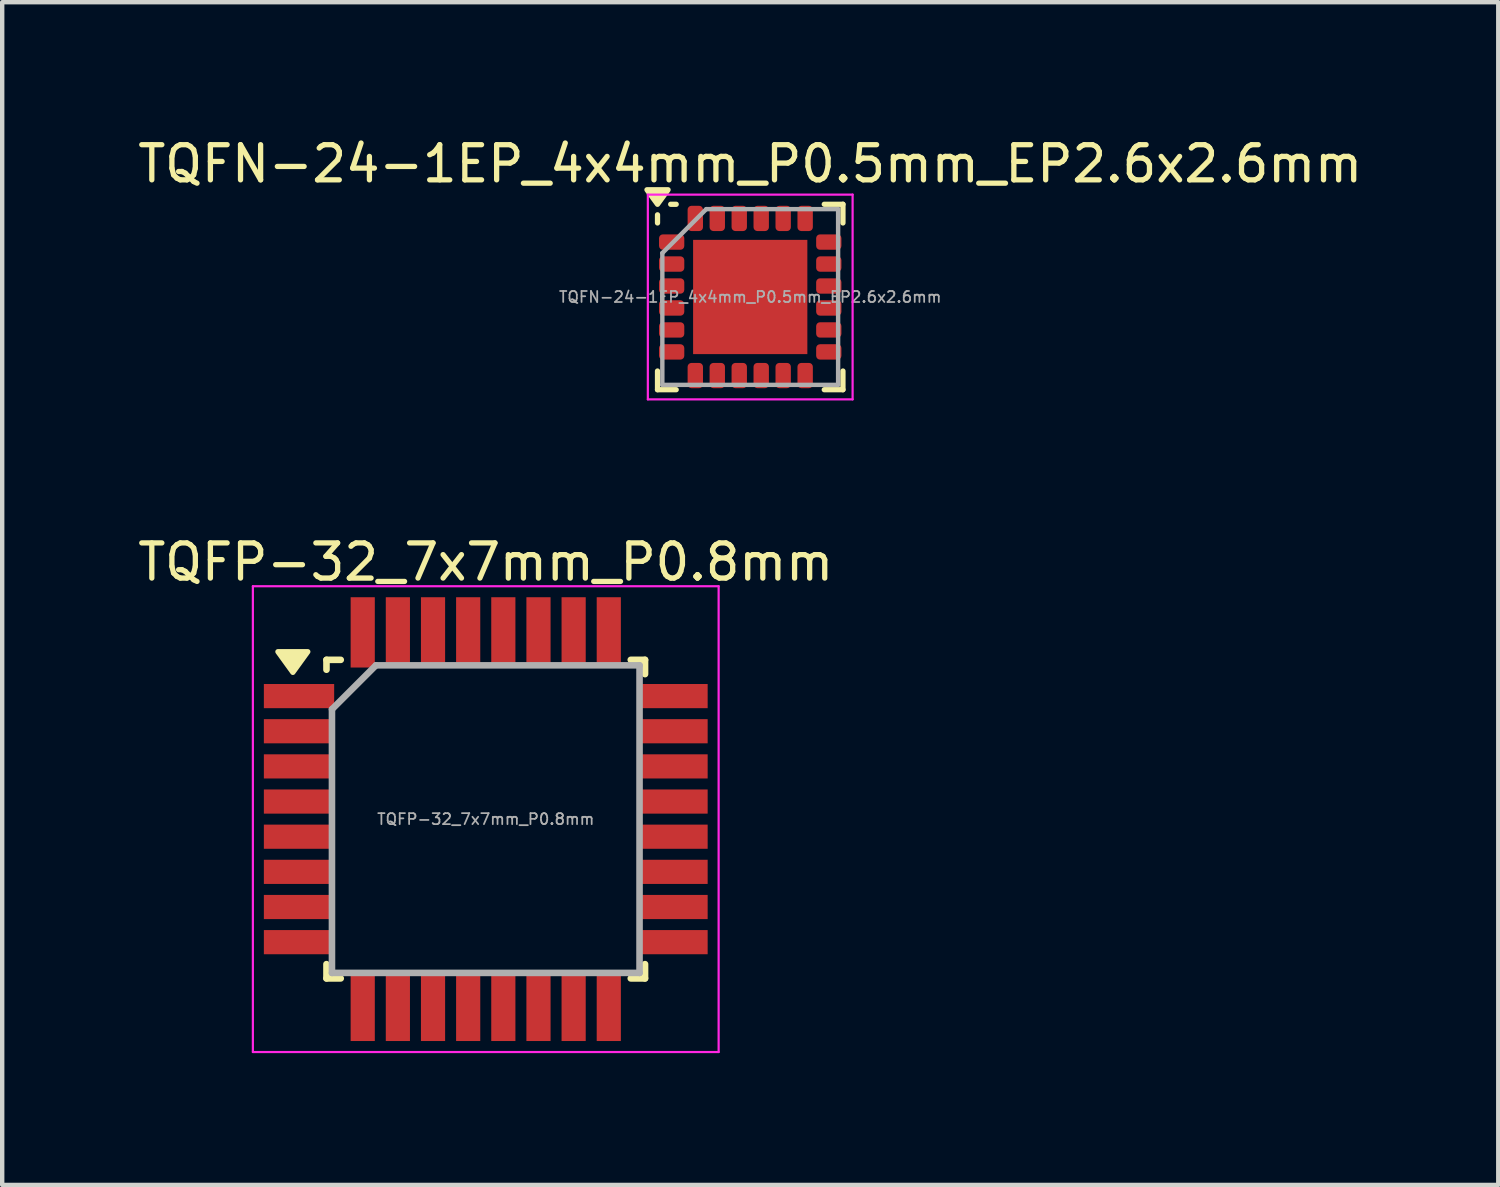
<source format=kicad_pcb>
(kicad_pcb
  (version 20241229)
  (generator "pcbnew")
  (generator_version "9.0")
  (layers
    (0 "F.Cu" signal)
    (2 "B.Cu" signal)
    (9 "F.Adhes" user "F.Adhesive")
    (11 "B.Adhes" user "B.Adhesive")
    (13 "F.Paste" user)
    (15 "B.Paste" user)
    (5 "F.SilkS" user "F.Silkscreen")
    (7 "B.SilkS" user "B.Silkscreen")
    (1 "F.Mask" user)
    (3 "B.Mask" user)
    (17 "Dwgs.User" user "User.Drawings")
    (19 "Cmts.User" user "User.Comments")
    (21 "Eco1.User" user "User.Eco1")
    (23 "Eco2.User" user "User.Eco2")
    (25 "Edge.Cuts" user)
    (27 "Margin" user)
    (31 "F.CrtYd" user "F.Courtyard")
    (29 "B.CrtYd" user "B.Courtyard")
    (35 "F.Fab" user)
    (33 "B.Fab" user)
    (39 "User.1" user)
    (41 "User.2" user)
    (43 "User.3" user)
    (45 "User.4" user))
  (footprint "TQFP-32_7x7mm_P0.8mm"
    (layer "F.Cu")
    (at 8.005 15.592)
    (property "Reference" "TQFP-32_7x7mm_P0.8mm" (at 0 -5.85 0) (layer "F.SilkS") (effects (font (size 0.8 0.8) (thickness 0.12))))
    (attr smd)
    (fp_line (start -3.625 -3.625) (end -3.625 -3.4) (stroke (width 0.15) (type solid)) (layer "F.SilkS"))
    (fp_line (start -3.625 -3.625) (end -3.3 -3.625) (stroke (width 0.15) (type solid)) (layer "F.SilkS"))
    (fp_line (start -3.625 3.625) (end -3.625 3.3) (stroke (width 0.15) (type solid)) (layer "F.SilkS"))
    (fp_line (start -3.625 3.625) (end -3.3 3.625) (stroke (width 0.15) (type solid)) (layer "F.SilkS"))
    (fp_line (start 3.625 -3.625) (end 3.3 -3.625) (stroke (width 0.15) (type solid)) (layer "F.SilkS"))
    (fp_line (start 3.625 -3.625) (end 3.625 -3.3) (stroke (width 0.15) (type solid)) (layer "F.SilkS"))
    (fp_line (start 3.625 3.625) (end 3.3 3.625) (stroke (width 0.15) (type solid)) (layer "F.SilkS"))
    (fp_line (start 3.625 3.625) (end 3.625 3.3) (stroke (width 0.15) (type solid)) (layer "F.SilkS"))
    (fp_poly (pts (xy -4.39 -3.34) (xy -4.73 -3.81) (xy -4.05 -3.81) (xy -4.39 -3.34)) (stroke (width 0.12) (type solid)) (fill yes) (layer "F.SilkS"))
    (fp_line (start -5.3 -5.3) (end -5.3 5.3) (stroke (width 0.05) (type solid)) (layer "F.CrtYd"))
    (fp_line (start -5.3 -5.3) (end 5.3 -5.3) (stroke (width 0.05) (type solid)) (layer "F.CrtYd"))
    (fp_line (start -5.3 5.3) (end 5.3 5.3) (stroke (width 0.05) (type solid)) (layer "F.CrtYd"))
    (fp_line (start 5.3 -5.3) (end 5.3 5.3) (stroke (width 0.05) (type solid)) (layer "F.CrtYd"))
    (fp_line (start -3.5 -2.5) (end -2.5 -3.5) (stroke (width 0.15) (type solid)) (layer "F.Fab"))
    (fp_line (start -3.5 3.5) (end -3.5 -2.5) (stroke (width 0.15) (type solid)) (layer "F.Fab"))
    (fp_line (start -2.5 -3.5) (end 3.5 -3.5) (stroke (width 0.15) (type solid)) (layer "F.Fab"))
    (fp_line (start 3.5 -3.5) (end 3.5 3.5) (stroke (width 0.15) (type solid)) (layer "F.Fab"))
    (fp_line (start 3.5 3.5) (end -3.5 3.5) (stroke (width 0.15) (type solid)) (layer "F.Fab"))
    (fp_text user "${REFERENCE}" (at 0 0 0) (layer "F.Fab") (effects (font (size 0.25 0.25) (thickness 0.04))))
    (pad "1" smd rect (at -4.25 -2.8) (size 1.6 0.55) (layers "F.Cu" "F.Mask" "F.Paste"))
    (pad "2" smd rect (at -4.25 -2) (size 1.6 0.55) (layers "F.Cu" "F.Mask" "F.Paste"))
    (pad "3" smd rect (at -4.25 -1.2) (size 1.6 0.55) (layers "F.Cu" "F.Mask" "F.Paste"))
    (pad "4" smd rect (at -4.25 -0.4) (size 1.6 0.55) (layers "F.Cu" "F.Mask" "F.Paste"))
    (pad "5" smd rect (at -4.25 0.4) (size 1.6 0.55) (layers "F.Cu" "F.Mask" "F.Paste"))
    (pad "6" smd rect (at -4.25 1.2) (size 1.6 0.55) (layers "F.Cu" "F.Mask" "F.Paste"))
    (pad "7" smd rect (at -4.25 2) (size 1.6 0.55) (layers "F.Cu" "F.Mask" "F.Paste"))
    (pad "8" smd rect (at -4.25 2.8) (size 1.6 0.55) (layers "F.Cu" "F.Mask" "F.Paste"))
    (pad "9" smd rect (at -2.8 4.25 90) (size 1.6 0.55) (layers "F.Cu" "F.Mask" "F.Paste"))
    (pad "10" smd rect (at -2 4.25 90) (size 1.6 0.55) (layers "F.Cu" "F.Mask" "F.Paste"))
    (pad "11" smd rect (at -1.2 4.25 90) (size 1.6 0.55) (layers "F.Cu" "F.Mask" "F.Paste"))
    (pad "12" smd rect (at -0.4 4.25 90) (size 1.6 0.55) (layers "F.Cu" "F.Mask" "F.Paste"))
    (pad "13" smd rect (at 0.4 4.25 90) (size 1.6 0.55) (layers "F.Cu" "F.Mask" "F.Paste"))
    (pad "14" smd rect (at 1.2 4.25 90) (size 1.6 0.55) (layers "F.Cu" "F.Mask" "F.Paste"))
    (pad "15" smd rect (at 2 4.25 90) (size 1.6 0.55) (layers "F.Cu" "F.Mask" "F.Paste"))
    (pad "16" smd rect (at 2.8 4.25 90) (size 1.6 0.55) (layers "F.Cu" "F.Mask" "F.Paste"))
    (pad "17" smd rect (at 4.25 2.8) (size 1.6 0.55) (layers "F.Cu" "F.Mask" "F.Paste"))
    (pad "18" smd rect (at 4.25 2) (size 1.6 0.55) (layers "F.Cu" "F.Mask" "F.Paste"))
    (pad "19" smd rect (at 4.25 1.2) (size 1.6 0.55) (layers "F.Cu" "F.Mask" "F.Paste"))
    (pad "20" smd rect (at 4.25 0.4) (size 1.6 0.55) (layers "F.Cu" "F.Mask" "F.Paste"))
    (pad "21" smd rect (at 4.25 -0.4) (size 1.6 0.55) (layers "F.Cu" "F.Mask" "F.Paste"))
    (pad "22" smd rect (at 4.25 -1.2) (size 1.6 0.55) (layers "F.Cu" "F.Mask" "F.Paste"))
    (pad "23" smd rect (at 4.25 -2) (size 1.6 0.55) (layers "F.Cu" "F.Mask" "F.Paste"))
    (pad "24" smd rect (at 4.25 -2.8) (size 1.6 0.55) (layers "F.Cu" "F.Mask" "F.Paste"))
    (pad "25" smd rect (at 2.8 -4.25 90) (size 1.6 0.55) (layers "F.Cu" "F.Mask" "F.Paste"))
    (pad "26" smd rect (at 2 -4.25 90) (size 1.6 0.55) (layers "F.Cu" "F.Mask" "F.Paste"))
    (pad "27" smd rect (at 1.2 -4.25 90) (size 1.6 0.55) (layers "F.Cu" "F.Mask" "F.Paste"))
    (pad "28" smd rect (at 0.4 -4.25 90) (size 1.6 0.55) (layers "F.Cu" "F.Mask" "F.Paste"))
    (pad "29" smd rect (at -0.4 -4.25 90) (size 1.6 0.55) (layers "F.Cu" "F.Mask" "F.Paste"))
    (pad "30" smd rect (at -1.2 -4.25 90) (size 1.6 0.55) (layers "F.Cu" "F.Mask" "F.Paste"))
    (pad "31" smd rect (at -2 -4.25 90) (size 1.6 0.55) (layers "F.Cu" "F.Mask" "F.Paste"))
    (pad "32" smd rect (at -2.8 -4.25 90) (size 1.6 0.55) (layers "F.Cu" "F.Mask" "F.Paste")))
  (footprint "TQFN-24-1EP_4x4mm_P0.5mm_EP2.6x2.6mm"
    (layer "F.Cu")
    (at 14.024 3.709)
    (property "Reference" "TQFN-24-1EP_4x4mm_P0.5mm_EP2.6x2.6mm" (at 0 -3.03 0) (layer "F.SilkS") (effects (font (size 0.8 0.8) (thickness 0.12))))
    (attr smd)
    (fp_line (start -2.11 -1.685) (end -2.11 -1.87) (stroke (width 0.12) (type solid)) (layer "F.SilkS"))
    (fp_line (start -2.11 2.11) (end -2.11 1.685) (stroke (width 0.12) (type solid)) (layer "F.SilkS"))
    (fp_line (start -1.685 -2.11) (end -1.81 -2.11) (stroke (width 0.12) (type solid)) (layer "F.SilkS"))
    (fp_line (start -1.685 2.11) (end -2.11 2.11) (stroke (width 0.12) (type solid)) (layer "F.SilkS"))
    (fp_line (start 1.685 -2.11) (end 2.11 -2.11) (stroke (width 0.12) (type solid)) (layer "F.SilkS"))
    (fp_line (start 1.685 2.11) (end 2.11 2.11) (stroke (width 0.12) (type solid)) (layer "F.SilkS"))
    (fp_line (start 2.11 -2.11) (end 2.11 -1.685) (stroke (width 0.12) (type solid)) (layer "F.SilkS"))
    (fp_line (start 2.11 2.11) (end 2.11 1.685) (stroke (width 0.12) (type solid)) (layer "F.SilkS"))
    (fp_poly (pts (xy -2.11 -2.11) (xy -2.35 -2.44) (xy -1.87 -2.44) (xy -2.11 -2.11)) (stroke (width 0.12) (type solid)) (fill yes) (layer "F.SilkS"))
    (fp_line (start -2.33 -2.33) (end -2.33 2.33) (stroke (width 0.05) (type solid)) (layer "F.CrtYd"))
    (fp_line (start -2.33 2.33) (end 2.33 2.33) (stroke (width 0.05) (type solid)) (layer "F.CrtYd"))
    (fp_line (start 2.33 -2.33) (end -2.33 -2.33) (stroke (width 0.05) (type solid)) (layer "F.CrtYd"))
    (fp_line (start 2.33 2.33) (end 2.33 -2.33) (stroke (width 0.05) (type solid)) (layer "F.CrtYd"))
    (fp_line (start -2 -1) (end -1 -2) (stroke (width 0.1) (type solid)) (layer "F.Fab"))
    (fp_line (start -2 2) (end -2 -1) (stroke (width 0.1) (type solid)) (layer "F.Fab"))
    (fp_line (start -1 -2) (end 2 -2) (stroke (width 0.1) (type solid)) (layer "F.Fab"))
    (fp_line (start 2 -2) (end 2 2) (stroke (width 0.1) (type solid)) (layer "F.Fab"))
    (fp_line (start 2 2) (end -2 2) (stroke (width 0.1) (type solid)) (layer "F.Fab"))
    (fp_text user "${REFERENCE}" (at 0 0 0) (layer "F.Fab") (effects (font (size 0.25 0.25) (thickness 0.04))))
    (pad "" smd roundrect (at -0.65 -0.65) (size 1.05 1.05) (layers "F.Paste") (roundrect_rratio 0.238))
    (pad "" smd roundrect (at -0.65 0.65) (size 1.05 1.05) (layers "F.Paste") (roundrect_rratio 0.238))
    (pad "" smd roundrect (at 0.65 -0.65) (size 1.05 1.05) (layers "F.Paste") (roundrect_rratio 0.238))
    (pad "" smd roundrect (at 0.65 0.65) (size 1.05 1.05) (layers "F.Paste") (roundrect_rratio 0.238))
    (pad "1" smd roundrect (at -1.788 -1.25) (size 0.575 0.35) (layers "F.Cu" "F.Mask" "F.Paste") (roundrect_rratio 0.25))
    (pad "2" smd roundrect (at -1.788 -0.75) (size 0.575 0.35) (layers "F.Cu" "F.Mask" "F.Paste") (roundrect_rratio 0.25))
    (pad "3" smd roundrect (at -1.788 -0.25) (size 0.575 0.35) (layers "F.Cu" "F.Mask" "F.Paste") (roundrect_rratio 0.25))
    (pad "4" smd roundrect (at -1.788 0.25) (size 0.575 0.35) (layers "F.Cu" "F.Mask" "F.Paste") (roundrect_rratio 0.25))
    (pad "5" smd roundrect (at -1.788 0.75) (size 0.575 0.35) (layers "F.Cu" "F.Mask" "F.Paste") (roundrect_rratio 0.25))
    (pad "6" smd roundrect (at -1.788 1.25) (size 0.575 0.35) (layers "F.Cu" "F.Mask" "F.Paste") (roundrect_rratio 0.25))
    (pad "7" smd roundrect (at -1.25 1.788) (size 0.35 0.575) (layers "F.Cu" "F.Mask" "F.Paste") (roundrect_rratio 0.25))
    (pad "8" smd roundrect (at -0.75 1.788) (size 0.35 0.575) (layers "F.Cu" "F.Mask" "F.Paste") (roundrect_rratio 0.25))
    (pad "9" smd roundrect (at -0.25 1.788) (size 0.35 0.575) (layers "F.Cu" "F.Mask" "F.Paste") (roundrect_rratio 0.25))
    (pad "10" smd roundrect (at 0.25 1.788) (size 0.35 0.575) (layers "F.Cu" "F.Mask" "F.Paste") (roundrect_rratio 0.25))
    (pad "11" smd roundrect (at 0.75 1.788) (size 0.35 0.575) (layers "F.Cu" "F.Mask" "F.Paste") (roundrect_rratio 0.25))
    (pad "12" smd roundrect (at 1.25 1.788) (size 0.35 0.575) (layers "F.Cu" "F.Mask" "F.Paste") (roundrect_rratio 0.25))
    (pad "13" smd roundrect (at 1.788 1.25) (size 0.575 0.35) (layers "F.Cu" "F.Mask" "F.Paste") (roundrect_rratio 0.25))
    (pad "14" smd roundrect (at 1.788 0.75) (size 0.575 0.35) (layers "F.Cu" "F.Mask" "F.Paste") (roundrect_rratio 0.25))
    (pad "15" smd roundrect (at 1.788 0.25) (size 0.575 0.35) (layers "F.Cu" "F.Mask" "F.Paste") (roundrect_rratio 0.25))
    (pad "16" smd roundrect (at 1.788 -0.25) (size 0.575 0.35) (layers "F.Cu" "F.Mask" "F.Paste") (roundrect_rratio 0.25))
    (pad "17" smd roundrect (at 1.788 -0.75) (size 0.575 0.35) (layers "F.Cu" "F.Mask" "F.Paste") (roundrect_rratio 0.25))
    (pad "18" smd roundrect (at 1.788 -1.25) (size 0.575 0.35) (layers "F.Cu" "F.Mask" "F.Paste") (roundrect_rratio 0.25))
    (pad "19" smd roundrect (at 1.25 -1.788) (size 0.35 0.575) (layers "F.Cu" "F.Mask" "F.Paste") (roundrect_rratio 0.25))
    (pad "20" smd roundrect (at 0.75 -1.788) (size 0.35 0.575) (layers "F.Cu" "F.Mask" "F.Paste") (roundrect_rratio 0.25))
    (pad "21" smd roundrect (at 0.25 -1.788) (size 0.35 0.575) (layers "F.Cu" "F.Mask" "F.Paste") (roundrect_rratio 0.25))
    (pad "22" smd roundrect (at -0.25 -1.788) (size 0.35 0.575) (layers "F.Cu" "F.Mask" "F.Paste") (roundrect_rratio 0.25))
    (pad "23" smd roundrect (at -0.75 -1.788) (size 0.35 0.575) (layers "F.Cu" "F.Mask" "F.Paste") (roundrect_rratio 0.25))
    (pad "24" smd roundrect (at -1.25 -1.788) (size 0.35 0.575) (layers "F.Cu" "F.Mask" "F.Paste") (roundrect_rratio 0.25))
    (pad "25" smd rect (at 0 0) (size 2.6 2.6) (property pad_prop_heatsink) (layers "F.Cu" "F.Mask")))
  (gr_rect
    (start -3 -3)
    (end 31.048 23.917)
    (stroke (width 0.1) (type default))
    (fill no)
    (layer "Edge.Cuts")))
</source>
